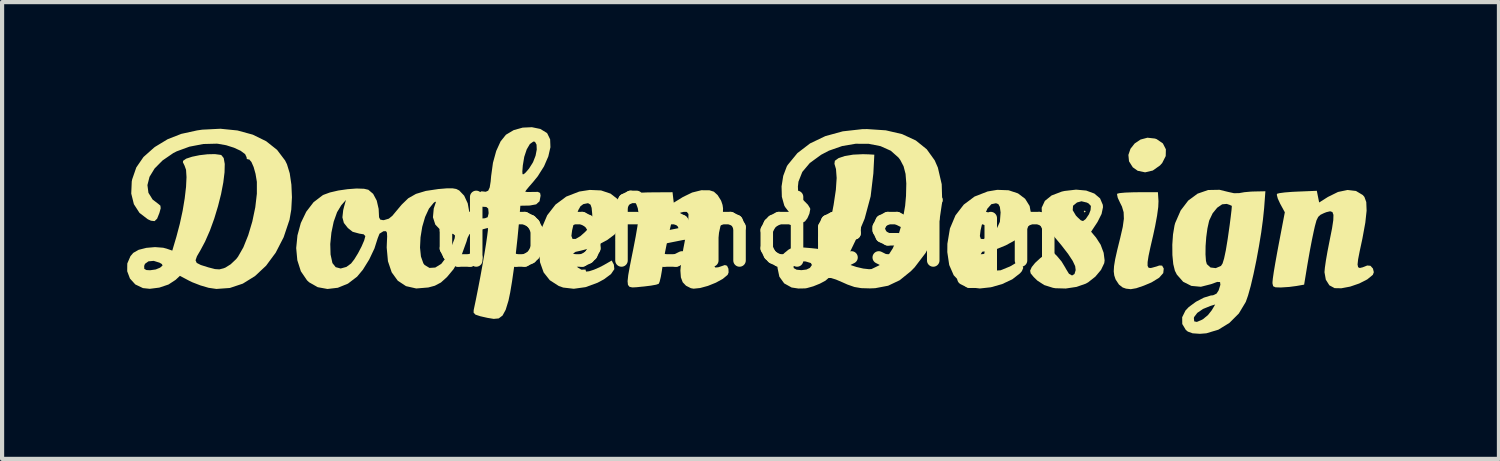
<source format=kicad_pcb>
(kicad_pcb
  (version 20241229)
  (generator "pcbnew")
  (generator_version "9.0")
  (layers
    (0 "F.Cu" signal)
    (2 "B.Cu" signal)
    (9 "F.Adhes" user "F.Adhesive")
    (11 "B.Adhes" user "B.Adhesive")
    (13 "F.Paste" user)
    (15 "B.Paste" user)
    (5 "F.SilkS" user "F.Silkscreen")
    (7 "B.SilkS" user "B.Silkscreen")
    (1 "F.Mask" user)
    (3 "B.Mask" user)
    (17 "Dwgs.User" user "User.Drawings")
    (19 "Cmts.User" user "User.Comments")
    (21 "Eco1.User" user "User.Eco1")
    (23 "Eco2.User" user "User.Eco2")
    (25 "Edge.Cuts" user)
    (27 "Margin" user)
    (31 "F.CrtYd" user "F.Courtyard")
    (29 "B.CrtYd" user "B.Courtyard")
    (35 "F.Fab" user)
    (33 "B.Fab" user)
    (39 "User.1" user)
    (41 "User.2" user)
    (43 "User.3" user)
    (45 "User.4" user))
  (footprint "doofendesign"
    (layer "F.Cu")
    (at 14.9 2.506)
    (property "Reference" "doofendesign" (at 0 0 0) (layer "F.SilkS") (effects (font (size 1.524 1.524) (thickness 0.3))))
    (attr board_only exclude_from_pos_files exclude_from_bom)
    (fp_poly (pts (xy -3.14 0.208) (xy -3.163 0.231) (xy -3.187 0.208) (xy -3.163 0.185)) (stroke (width 0) (type solid)) (fill yes) (layer "F.SilkS"))
    (fp_poly (pts (xy 8.082 -0.485) (xy 8.059 -0.462) (xy 8.036 -0.485) (xy 8.059 -0.508)) (stroke (width 0) (type solid)) (fill yes) (layer "F.SilkS"))
    (fp_poly (pts (xy 9.743 -2.234) (xy 9.785 -2.219) (xy 9.933 -2.117) (xy 10.005 -1.976) (xy 10.001 -1.814) (xy 9.917 -1.648) (xy 9.864 -1.589) (xy 9.691 -1.467) (xy 9.507 -1.424) (xy 9.329 -1.461) (xy 9.211 -1.545) (xy 9.121 -1.688) (xy 9.106 -1.841) (xy 9.156 -1.988) (xy 9.257 -2.116) (xy 9.397 -2.21) (xy 9.563 -2.254)) (stroke (width 0) (type solid)) (fill yes) (layer "F.SilkS"))
    (fp_poly (pts (xy 9.828 -0.732) (xy 9.822 -0.592) (xy 9.794 -0.386) (xy 9.748 -0.136) (xy 9.701 0.082) (xy 9.634 0.372) (xy 9.589 0.583) (xy 9.567 0.727) (xy 9.566 0.816) (xy 9.586 0.86) (xy 9.626 0.871) (xy 9.664 0.866) (xy 9.783 0.833) (xy 9.844 0.811) (xy 9.914 0.812) (xy 9.954 0.883) (xy 9.942 0.992) (xy 9.843 1.104) (xy 9.659 1.216) (xy 9.477 1.293) (xy 9.295 1.355) (xy 9.163 1.378) (xy 9.05 1.365) (xy 8.969 1.337) (xy 8.88 1.267) (xy 8.804 1.152) (xy 8.796 1.135) (xy 8.767 1.048) (xy 8.755 0.95) (xy 8.762 0.826) (xy 8.789 0.661) (xy 8.839 0.438) (xy 8.911 0.146) (xy 8.971 -0.115) (xy 8.998 -0.311) (xy 8.992 -0.467) (xy 8.952 -0.603) (xy 8.905 -0.697) (xy 8.851 -0.813) (xy 8.834 -0.894) (xy 8.839 -0.912) (xy 8.898 -0.926) (xy 9.027 -0.938) (xy 9.206 -0.945) (xy 9.344 -0.947) (xy 9.814 -0.947)) (stroke (width 0) (type solid)) (fill yes) (layer "F.SilkS"))
    (fp_poly (pts (xy 6.234 -0.994) (xy 6.459 -0.919) (xy 6.63 -0.79) (xy 6.738 -0.617) (xy 6.775 -0.412) (xy 6.733 -0.187) (xy 6.665 -0.044) (xy 6.553 0.082) (xy 6.378 0.211) (xy 6.168 0.326) (xy 5.952 0.414) (xy 5.758 0.459) (xy 5.706 0.462) (xy 5.6 0.481) (xy 5.563 0.545) (xy 5.588 0.666) (xy 5.607 0.714) (xy 5.71 0.866) (xy 5.855 0.936) (xy 6.041 0.925) (xy 6.267 0.833) (xy 6.349 0.786) (xy 6.506 0.689) (xy 6.559 0.787) (xy 6.585 0.869) (xy 6.552 0.946) (xy 6.507 0.998) (xy 6.321 1.142) (xy 6.078 1.256) (xy 5.809 1.332) (xy 5.544 1.361) (xy 5.314 1.334) (xy 5.311 1.333) (xy 5.085 1.223) (xy 4.917 1.043) (xy 4.81 0.798) (xy 4.764 0.489) (xy 4.766 0.289) (xy 4.797 0.103) (xy 5.545 0.103) (xy 5.567 0.171) (xy 5.63 0.177) (xy 5.739 0.127) (xy 5.774 0.107) (xy 5.934 -0.038) (xy 6.025 -0.237) (xy 6.042 -0.462) (xy 6.024 -0.596) (xy 5.988 -0.662) (xy 5.932 -0.683) (xy 5.82 -0.66) (xy 5.725 -0.553) (xy 5.643 -0.36) (xy 5.613 -0.254) (xy 5.562 -0.036) (xy 5.545 0.103) (xy 4.797 0.103) (xy 4.827 -0.077) (xy 4.96 -0.392) (xy 5.159 -0.65) (xy 5.417 -0.843) (xy 5.73 -0.965) (xy 5.962 -1.004)) (stroke (width 0) (type solid)) (fill yes) (layer "F.SilkS"))
    (fp_poly (pts (xy -3.538 -0.99) (xy -3.312 -0.914) (xy -3.143 -0.784) (xy -3.04 -0.61) (xy -3.012 -0.399) (xy -3.041 -0.235) (xy -3.109 -0.082) (xy -3.204 0.055) (xy -3.223 0.074) (xy -3.386 0.196) (xy -3.603 0.312) (xy -3.838 0.406) (xy -4.026 0.455) (xy -4.15 0.483) (xy -4.206 0.521) (xy -4.214 0.587) (xy -4.213 0.601) (xy -4.172 0.747) (xy -4.098 0.858) (xy -4.008 0.911) (xy -3.968 0.909) (xy -3.908 0.908) (xy -3.906 0.93) (xy -3.896 0.956) (xy -3.824 0.948) (xy -3.709 0.911) (xy -3.573 0.852) (xy -3.477 0.802) (xy -3.283 0.691) (xy -3.231 0.789) (xy -3.22 0.898) (xy -3.3 1.016) (xy -3.468 1.141) (xy -3.623 1.224) (xy -3.91 1.329) (xy -4.192 1.368) (xy -4.446 1.339) (xy -4.553 1.301) (xy -4.767 1.163) (xy -4.915 0.976) (xy -5.001 0.734) (xy -5.028 0.427) (xy -5.024 0.283) (xy -4.993 0.102) (xy -4.249 0.102) (xy -4.222 0.173) (xy -4.147 0.173) (xy -4.033 0.106) (xy -3.918 0.003) (xy -3.813 -0.109) (xy -3.761 -0.198) (xy -3.746 -0.304) (xy -3.75 -0.424) (xy -3.764 -0.571) (xy -3.79 -0.648) (xy -3.839 -0.679) (xy -3.859 -0.683) (xy -3.962 -0.662) (xy -4.03 -0.613) (xy -4.081 -0.523) (xy -4.138 -0.376) (xy -4.192 -0.201) (xy -4.232 -0.033) (xy -4.249 0.097) (xy -4.249 0.102) (xy -4.993 0.102) (xy -4.963 -0.081) (xy -4.829 -0.395) (xy -4.631 -0.65) (xy -4.373 -0.842) (xy -4.061 -0.963) (xy -3.811 -1.002)) (stroke (width 0) (type solid)) (fill yes) (layer "F.SilkS"))
    (fp_poly (pts (xy 8.094 -0.987) (xy 8.29 -0.915) (xy 8.427 -0.799) (xy 8.493 -0.644) (xy 8.497 -0.587) (xy 8.463 -0.426) (xy 8.369 -0.239) (xy 8.355 -0.216) (xy 8.212 -0.000328) (xy 8.33 0.14) (xy 8.441 0.312) (xy 8.513 0.506) (xy 8.536 0.687) (xy 8.527 0.754) (xy 8.45 0.915) (xy 8.313 1.078) (xy 8.142 1.213) (xy 8.083 1.246) (xy 7.863 1.323) (xy 7.604 1.362) (xy 7.355 1.355) (xy 7.297 1.345) (xy 7.088 1.279) (xy 6.922 1.171) (xy 6.836 1.087) (xy 6.763 0.999) (xy 6.75 0.934) (xy 6.788 0.849) (xy 6.79 0.846) (xy 6.868 0.749) (xy 6.989 0.637) (xy 7.055 0.586) (xy 7.251 0.445) (xy 7.39 0.578) (xy 7.504 0.714) (xy 7.599 0.871) (xy 7.607 0.888) (xy 7.681 1.008) (xy 7.755 1.05) (xy 7.814 1.013) (xy 7.842 0.92) (xy 7.83 0.826) (xy 7.771 0.7) (xy 7.662 0.534) (xy 7.495 0.318) (xy 7.31 0.097) (xy 7.13 -0.154) (xy 7.035 -0.379) (xy 7.029 -0.516) (xy 7.771 -0.516) (xy 7.848 -0.387) (xy 7.882 -0.351) (xy 7.966 -0.273) (xy 8.018 -0.256) (xy 8.071 -0.294) (xy 8.087 -0.31) (xy 8.161 -0.419) (xy 8.199 -0.518) (xy 8.207 -0.618) (xy 8.152 -0.677) (xy 8.11 -0.699) (xy 7.981 -0.73) (xy 7.874 -0.701) (xy 7.779 -0.623) (xy 7.771 -0.516) (xy 7.029 -0.516) (xy 7.027 -0.575) (xy 7.103 -0.739) (xy 7.264 -0.869) (xy 7.508 -0.962) (xy 7.574 -0.977) (xy 7.852 -1.009)) (stroke (width 0) (type solid)) (fill yes) (layer "F.SilkS"))
    (fp_poly (pts (xy 14.563 -0.977) (xy 14.724 -0.881) (xy 14.765 -0.835) (xy 14.81 -0.711) (xy 14.818 -0.505) (xy 14.787 -0.217) (xy 14.719 0.155) (xy 14.709 0.203) (xy 14.651 0.473) (xy 14.614 0.664) (xy 14.601 0.786) (xy 14.614 0.851) (xy 14.654 0.87) (xy 14.725 0.853) (xy 14.828 0.812) (xy 14.832 0.81) (xy 14.91 0.817) (xy 14.97 0.883) (xy 14.991 0.971) (xy 14.967 1.034) (xy 14.834 1.143) (xy 14.642 1.241) (xy 14.424 1.316) (xy 14.212 1.356) (xy 14.051 1.353) (xy 13.925 1.285) (xy 13.84 1.15) (xy 13.808 0.971) (xy 13.817 0.865) (xy 13.842 0.691) (xy 13.88 0.473) (xy 13.927 0.233) (xy 13.934 0.197) (xy 13.989 -0.079) (xy 14.019 -0.277) (xy 14.023 -0.404) (xy 13.998 -0.472) (xy 13.943 -0.49) (xy 13.854 -0.469) (xy 13.795 -0.446) (xy 13.712 -0.406) (xy 13.657 -0.355) (xy 13.616 -0.272) (xy 13.578 -0.133) (xy 13.552 -0.018) (xy 13.507 0.196) (xy 13.457 0.457) (xy 13.411 0.718) (xy 13.396 0.805) (xy 13.32 1.269) (xy 13.137 1.301) (xy 12.963 1.324) (xy 12.779 1.336) (xy 12.758 1.337) (xy 12.634 1.333) (xy 12.578 1.308) (xy 12.562 1.245) (xy 12.561 1.212) (xy 12.569 1.126) (xy 12.592 0.966) (xy 12.628 0.753) (xy 12.673 0.502) (xy 12.709 0.309) (xy 12.857 -0.466) (xy 12.746 -0.67) (xy 12.689 -0.793) (xy 12.665 -0.883) (xy 12.67 -0.909) (xy 12.728 -0.925) (xy 12.857 -0.942) (xy 13.035 -0.956) (xy 13.164 -0.962) (xy 13.624 -0.981) (xy 13.652 -0.841) (xy 13.68 -0.701) (xy 13.889 -0.833) (xy 14.132 -0.953) (xy 14.361 -1.001)) (stroke (width 0) (type solid)) (fill yes) (layer "F.SilkS"))
    (fp_poly (pts (xy -0.937 -0.993) (xy -0.833 -0.96) (xy -0.743 -0.878) (xy -0.664 -0.752) (xy -0.652 -0.723) (xy -0.625 -0.642) (xy -0.613 -0.561) (xy -0.616 -0.462) (xy -0.637 -0.323) (xy -0.677 -0.125) (xy -0.708 0.016) (xy -0.756 0.248) (xy -0.795 0.46) (xy -0.822 0.63) (xy -0.831 0.731) (xy -0.826 0.82) (xy -0.797 0.859) (xy -0.724 0.852) (xy -0.587 0.805) (xy -0.57 0.799) (xy -0.517 0.816) (xy -0.484 0.888) (xy -0.48 0.977) (xy -0.503 1.034) (xy -0.618 1.13) (xy -0.785 1.222) (xy -0.976 1.299) (xy -1.163 1.35) (xy -1.319 1.366) (xy -1.385 1.354) (xy -1.501 1.295) (xy -1.58 1.212) (xy -1.624 1.095) (xy -1.636 0.93) (xy -1.616 0.706) (xy -1.566 0.41) (xy -1.542 0.286) (xy -1.498 0.05) (xy -1.465 -0.158) (xy -1.445 -0.319) (xy -1.442 -0.414) (xy -1.444 -0.428) (xy -1.482 -0.475) (xy -1.558 -0.476) (xy -1.622 -0.46) (xy -1.735 -0.416) (xy -1.803 -0.366) (xy -1.805 -0.363) (xy -1.83 -0.293) (xy -1.866 -0.152) (xy -1.911 0.04) (xy -1.958 0.262) (xy -2.004 0.494) (xy -2.045 0.715) (xy -2.076 0.906) (xy -2.078 0.925) (xy -2.105 1.081) (xy -2.134 1.2) (xy -2.156 1.249) (xy -2.217 1.27) (xy -2.345 1.293) (xy -2.515 1.314) (xy -2.552 1.317) (xy -2.688 1.331) (xy -2.788 1.336) (xy -2.856 1.321) (xy -2.893 1.275) (xy -2.902 1.187) (xy -2.887 1.045) (xy -2.85 0.839) (xy -2.794 0.556) (xy -2.77 0.439) (xy -2.708 0.117) (xy -2.666 -0.129) (xy -2.644 -0.314) (xy -2.641 -0.453) (xy -2.657 -0.562) (xy -2.69 -0.653) (xy -2.73 -0.724) (xy -2.785 -0.83) (xy -2.802 -0.902) (xy -2.798 -0.912) (xy -2.742 -0.925) (xy -2.615 -0.935) (xy -2.437 -0.942) (xy -2.296 -0.944) (xy -1.824 -0.947) (xy -1.81 -0.822) (xy -1.795 -0.697) (xy -1.574 -0.833) (xy -1.353 -0.94) (xy -1.132 -0.995)) (stroke (width 0) (type solid)) (fill yes) (layer "F.SilkS"))
    (fp_poly (pts (xy 11.499 -0.954) (xy 11.64 -0.923) (xy 11.767 -0.926) (xy 11.776 -0.928) (xy 11.889 -0.948) (xy 12.049 -0.962) (xy 12.141 -0.965) (xy 12.391 -0.97) (xy 12.361 -0.566) (xy 12.333 -0.295) (xy 12.291 0.018) (xy 12.236 0.352) (xy 12.174 0.69) (xy 12.107 1.012) (xy 12.04 1.298) (xy 11.975 1.53) (xy 11.921 1.683) (xy 11.754 1.961) (xy 11.529 2.186) (xy 11.264 2.349) (xy 10.974 2.436) (xy 10.821 2.448) (xy 10.646 2.436) (xy 10.532 2.395) (xy 10.483 2.355) (xy 10.398 2.213) (xy 10.396 2.069) (xy 10.676 2.069) (xy 10.685 2.15) (xy 10.748 2.163) (xy 10.87 2.111) (xy 10.897 2.095) (xy 11.014 1.999) (xy 11.106 1.882) (xy 11.187 1.745) (xy 11.078 1.778) (xy 10.896 1.852) (xy 10.758 1.946) (xy 10.683 2.045) (xy 10.676 2.069) (xy 10.396 2.069) (xy 10.395 2.052) (xy 10.474 1.891) (xy 10.554 1.806) (xy 10.727 1.679) (xy 10.915 1.581) (xy 11.083 1.529) (xy 11.137 1.524) (xy 11.221 1.483) (xy 11.27 1.406) (xy 11.312 1.272) (xy 11.304 1.207) (xy 11.235 1.204) (xy 11.095 1.255) (xy 11.09 1.257) (xy 10.844 1.32) (xy 10.616 1.299) (xy 10.419 1.2) (xy 10.268 1.028) (xy 10.221 0.935) (xy 10.182 0.776) (xy 10.161 0.558) (xy 10.161 0.545) (xy 10.955 0.545) (xy 10.966 0.7) (xy 10.987 0.777) (xy 11.076 0.858) (xy 11.201 0.873) (xy 11.326 0.82) (xy 11.364 0.762) (xy 11.401 0.641) (xy 11.442 0.448) (xy 11.487 0.175) (xy 11.501 0.077) (xy 11.535 -0.162) (xy 11.561 -0.367) (xy 11.579 -0.521) (xy 11.586 -0.608) (xy 11.584 -0.621) (xy 11.533 -0.644) (xy 11.464 -0.667) (xy 11.354 -0.657) (xy 11.236 -0.576) (xy 11.127 -0.443) (xy 11.047 -0.276) (xy 11.039 -0.25) (xy 11.001 -0.078) (xy 10.973 0.129) (xy 10.957 0.345) (xy 10.955 0.545) (xy 10.161 0.545) (xy 10.159 0.311) (xy 10.176 0.065) (xy 10.212 -0.149) (xy 10.228 -0.208) (xy 10.36 -0.51) (xy 10.541 -0.747) (xy 10.764 -0.912) (xy 11.017 -1) (xy 11.292 -1.005)) (stroke (width 0) (type solid)) (fill yes) (layer "F.SilkS"))
    (fp_poly (pts (xy 3.29 -2.431) (xy 3.681 -2.34) (xy 4.009 -2.188) (xy 4.271 -1.977) (xy 4.462 -1.711) (xy 4.538 -1.537) (xy 4.63 -1.139) (xy 4.642 -0.72) (xy 4.579 -0.294) (xy 4.445 0.121) (xy 4.244 0.509) (xy 3.981 0.854) (xy 3.89 0.947) (xy 3.623 1.163) (xy 3.345 1.295) (xy 3.035 1.354) (xy 2.909 1.359) (xy 2.7 1.353) (xy 2.536 1.325) (xy 2.368 1.266) (xy 2.252 1.214) (xy 2.095 1.147) (xy 1.976 1.11) (xy 1.916 1.11) (xy 1.914 1.112) (xy 1.841 1.175) (xy 1.709 1.245) (xy 1.551 1.309) (xy 1.398 1.352) (xy 1.355 1.359) (xy 1.193 1.362) (xy 1.04 1.339) (xy 1.03 1.337) (xy 0.853 1.239) (xy 0.737 1.078) (xy 0.693 0.868) (xy 0.693 0.853) (xy 0.696 0.811) (xy 1.071 0.811) (xy 1.083 0.873) (xy 1.151 0.911) (xy 1.267 0.922) (xy 1.387 0.907) (xy 1.469 0.868) (xy 1.518 0.798) (xy 1.492 0.751) (xy 1.381 0.717) (xy 1.358 0.712) (xy 1.226 0.71) (xy 1.123 0.748) (xy 1.071 0.811) (xy 0.696 0.811) (xy 0.704 0.719) (xy 0.751 0.62) (xy 0.854 0.514) (xy 0.861 0.508) (xy 0.959 0.428) (xy 1.042 0.386) (xy 1.144 0.372) (xy 1.299 0.378) (xy 1.335 0.38) (xy 1.501 0.394) (xy 1.634 0.408) (xy 1.702 0.42) (xy 1.753 0.389) (xy 1.812 0.274) (xy 1.876 0.083) (xy 1.943 -0.179) (xy 2.011 -0.503) (xy 2.038 -0.644) (xy 2.092 -1.005) (xy 2.111 -1.288) (xy 2.095 -1.503) (xy 2.058 -1.628) (xy 2.068 -1.701) (xy 2.155 -1.764) (xy 2.306 -1.815) (xy 2.506 -1.848) (xy 2.74 -1.859) (xy 2.881 -1.855) (xy 3.014 -1.847) (xy 2.991 -1.397) (xy 2.926 -0.848) (xy 2.782 -0.313) (xy 2.555 0.228) (xy 2.535 0.268) (xy 2.447 0.452) (xy 2.382 0.605) (xy 2.347 0.709) (xy 2.345 0.745) (xy 2.437 0.796) (xy 2.584 0.845) (xy 2.747 0.883) (xy 2.888 0.899) (xy 2.947 0.895) (xy 3.132 0.806) (xy 3.304 0.637) (xy 3.457 0.398) (xy 3.587 0.101) (xy 3.687 -0.243) (xy 3.753 -0.621) (xy 3.774 -0.858) (xy 3.781 -1.157) (xy 3.763 -1.387) (xy 3.716 -1.568) (xy 3.636 -1.721) (xy 3.595 -1.776) (xy 3.41 -1.941) (xy 3.165 -2.051) (xy 2.878 -2.108) (xy 2.565 -2.109) (xy 2.242 -2.054) (xy 1.925 -1.943) (xy 1.74 -1.846) (xy 1.468 -1.648) (xy 1.287 -1.433) (xy 1.195 -1.2) (xy 1.182 -1.083) (xy 1.188 -0.939) (xy 1.226 -0.844) (xy 1.314 -0.754) (xy 1.328 -0.742) (xy 1.422 -0.647) (xy 1.474 -0.562) (xy 1.478 -0.541) (xy 1.458 -0.434) (xy 1.41 -0.324) (xy 1.352 -0.247) (xy 1.319 -0.231) (xy 1.219 -0.265) (xy 1.094 -0.352) (xy 0.97 -0.469) (xy 0.875 -0.592) (xy 0.855 -0.628) (xy 0.797 -0.837) (xy 0.79 -1.086) (xy 0.83 -1.339) (xy 0.914 -1.562) (xy 0.936 -1.6) (xy 1.17 -1.885) (xy 1.473 -2.117) (xy 1.839 -2.292) (xy 2.258 -2.407) (xy 2.723 -2.459) (xy 2.84 -2.461)) (stroke (width 0) (type solid)) (fill yes) (layer "F.SilkS"))
    (fp_poly (pts (xy -12.257 -2.428) (xy -11.888 -2.327) (xy -11.568 -2.17) (xy -11.307 -1.963) (xy -11.114 -1.708) (xy -11.069 -1.617) (xy -11.003 -1.401) (xy -10.963 -1.127) (xy -10.95 -0.826) (xy -10.966 -0.531) (xy -11.008 -0.287) (xy -11.149 0.133) (xy -11.339 0.502) (xy -11.57 0.815) (xy -11.836 1.064) (xy -12.128 1.245) (xy -12.439 1.349) (xy -12.761 1.372) (xy -12.948 1.345) (xy -13.142 1.288) (xy -13.341 1.211) (xy -13.421 1.172) (xy -13.636 1.058) (xy -13.74 1.155) (xy -13.91 1.266) (xy -14.13 1.34) (xy -14.358 1.369) (xy -14.522 1.352) (xy -14.706 1.264) (xy -14.834 1.123) (xy -14.9 0.948) (xy -14.899 0.82) (xy -14.493 0.82) (xy -14.49 0.891) (xy -14.439 0.919) (xy -14.351 0.924) (xy -14.216 0.905) (xy -14.109 0.861) (xy -14.109 0.86) (xy -14.052 0.81) (xy -14.069 0.775) (xy -14.126 0.742) (xy -14.264 0.699) (xy -14.39 0.71) (xy -14.474 0.77) (xy -14.493 0.82) (xy -14.899 0.82) (xy -14.898 0.762) (xy -14.822 0.586) (xy -14.754 0.507) (xy -14.626 0.434) (xy -14.441 0.387) (xy -14.234 0.369) (xy -14.038 0.384) (xy -13.955 0.406) (xy -13.819 0.453) (xy -13.721 0.123) (xy -13.639 -0.187) (xy -13.571 -0.5) (xy -13.521 -0.801) (xy -13.489 -1.076) (xy -13.478 -1.309) (xy -13.489 -1.484) (xy -13.525 -1.585) (xy -13.526 -1.587) (xy -13.564 -1.664) (xy -13.56 -1.7) (xy -13.485 -1.752) (xy -13.344 -1.798) (xy -13.165 -1.835) (xy -12.974 -1.857) (xy -12.798 -1.861) (xy -12.663 -1.843) (xy -12.642 -1.836) (xy -12.586 -1.766) (xy -12.561 -1.625) (xy -12.566 -1.425) (xy -12.596 -1.18) (xy -12.649 -0.904) (xy -12.723 -0.611) (xy -12.813 -0.314) (xy -12.917 -0.027) (xy -13.033 0.237) (xy -13.143 0.443) (xy -13.228 0.589) (xy -13.261 0.685) (xy -13.233 0.748) (xy -13.135 0.798) (xy -12.957 0.854) (xy -12.946 0.857) (xy -12.795 0.896) (xy -12.69 0.903) (xy -12.591 0.878) (xy -12.545 0.86) (xy -12.419 0.781) (xy -12.29 0.659) (xy -12.244 0.601) (xy -12.115 0.375) (xy -11.998 0.084) (xy -11.9 -0.245) (xy -11.829 -0.585) (xy -11.791 -0.91) (xy -11.791 -1.192) (xy -11.793 -1.208) (xy -11.823 -1.389) (xy -11.868 -1.55) (xy -11.921 -1.671) (xy -11.975 -1.734) (xy -12.004 -1.734) (xy -12.034 -1.749) (xy -12.037 -1.786) (xy -12.073 -1.861) (xy -12.181 -1.941) (xy -12.339 -2.014) (xy -12.528 -2.074) (xy -12.727 -2.109) (xy -12.756 -2.111) (xy -13.075 -2.103) (xy -13.409 -2.039) (xy -13.714 -1.927) (xy -13.796 -1.885) (xy -14.052 -1.709) (xy -14.243 -1.516) (xy -14.365 -1.316) (xy -14.415 -1.118) (xy -14.391 -0.933) (xy -14.29 -0.771) (xy -14.155 -0.668) (xy -14.104 -0.625) (xy -14.097 -0.562) (xy -14.128 -0.449) (xy -14.183 -0.312) (xy -14.244 -0.254) (xy -14.33 -0.264) (xy -14.405 -0.298) (xy -14.605 -0.451) (xy -14.74 -0.66) (xy -14.803 -0.915) (xy -14.791 -1.203) (xy -14.781 -1.255) (xy -14.682 -1.541) (xy -14.51 -1.791) (xy -14.256 -2.017) (xy -14.232 -2.035) (xy -13.93 -2.218) (xy -13.603 -2.346) (xy -13.225 -2.429) (xy -13.101 -2.447) (xy -12.665 -2.469)) (stroke (width 0) (type solid)) (fill yes) (layer "F.SilkS"))
    (fp_poly (pts (xy -4.994 -2.464) (xy -4.84 -2.37) (xy -4.827 -2.356) (xy -4.759 -2.215) (xy -4.752 -2.026) (xy -4.803 -1.805) (xy -4.906 -1.567) (xy -5.057 -1.328) (xy -5.166 -1.194) (xy -5.266 -1.079) (xy -5.335 -0.995) (xy -5.357 -0.961) (xy -5.316 -0.953) (xy -5.214 -0.953) (xy -5.172 -0.954) (xy -5.053 -0.955) (xy -5 -0.93) (xy -4.988 -0.867) (xy -4.988 -0.863) (xy -5.013 -0.73) (xy -5.094 -0.656) (xy -5.246 -0.628) (xy -5.272 -0.627) (xy -5.473 -0.623) (xy -5.507 -0.208) (xy -5.541 0.149) (xy -5.581 0.515) (xy -5.626 0.868) (xy -5.672 1.189) (xy -5.717 1.458) (xy -5.758 1.654) (xy -5.825 1.872) (xy -5.9 2.01) (xy -5.992 2.079) (xy -6.111 2.09) (xy -6.119 2.089) (xy -6.26 2.066) (xy -6.419 2.03) (xy -6.436 2.026) (xy -6.55 1.988) (xy -6.594 1.941) (xy -6.592 1.879) (xy -6.539 1.626) (xy -6.484 1.349) (xy -6.429 1.062) (xy -6.378 0.779) (xy -6.332 0.514) (xy -6.294 0.28) (xy -6.267 0.092) (xy -6.251 -0.036) (xy -6.251 -0.09) (xy -6.253 -0.09) (xy -6.296 -0.079) (xy -6.401 -0.051) (xy -6.484 -0.029) (xy -6.621 0.013) (xy -6.696 0.063) (xy -6.739 0.149) (xy -6.764 0.235) (xy -6.889 0.579) (xy -7.075 0.898) (xy -7.233 1.088) (xy -7.378 1.218) (xy -7.524 1.295) (xy -7.68 1.337) (xy -7.969 1.361) (xy -8.215 1.305) (xy -8.413 1.174) (xy -8.558 0.974) (xy -8.648 0.708) (xy -8.678 0.38) (xy -7.879 0.38) (xy -7.857 0.595) (xy -7.799 0.758) (xy -7.77 0.797) (xy -7.652 0.868) (xy -7.513 0.859) (xy -7.373 0.773) (xy -7.363 0.763) (xy -7.257 0.622) (xy -7.15 0.419) (xy -7.058 0.185) (xy -7.048 0.156) (xy -7.04 0.091) (xy -7.082 0.055) (xy -7.195 0.03) (xy -7.2 0.029) (xy -7.387 -0.04) (xy -7.512 -0.17) (xy -7.569 -0.346) (xy -7.55 -0.555) (xy -7.526 -0.627) (xy -7.498 -0.71) (xy -7.513 -0.721) (xy -7.553 -0.691) (xy -7.665 -0.553) (xy -7.757 -0.354) (xy -7.826 -0.117) (xy -7.867 0.135) (xy -7.879 0.38) (xy -8.678 0.38) (xy -8.678 0.38) (xy -8.674 0.275) (xy -8.667 0.113) (xy -8.672 0.024) (xy -8.694 -0.012) (xy -8.741 -0.013) (xy -8.759 -0.01) (xy -8.85 0.047) (xy -8.893 0.155) (xy -8.972 0.402) (xy -9.097 0.666) (xy -9.249 0.911) (xy -9.388 1.078) (xy -9.607 1.245) (xy -9.85 1.344) (xy -10.098 1.373) (xy -10.332 1.33) (xy -10.536 1.214) (xy -10.588 1.166) (xy -10.736 0.949) (xy -10.821 0.684) (xy -10.848 0.391) (xy -10.838 0.294) (xy -10.031 0.294) (xy -10.024 0.545) (xy -9.98 0.749) (xy -9.98 0.751) (xy -9.901 0.85) (xy -9.782 0.882) (xy -9.644 0.844) (xy -9.532 0.762) (xy -9.454 0.661) (xy -9.365 0.516) (xy -9.281 0.355) (xy -9.218 0.21) (xy -9.191 0.108) (xy -9.191 0.104) (xy -9.231 0.062) (xy -9.332 0.046) (xy -9.494 0.002) (xy -9.609 -0.089) (xy -9.705 -0.211) (xy -9.74 -0.344) (xy -9.721 -0.516) (xy -9.7 -0.601) (xy -9.655 -0.762) (xy -9.768 -0.633) (xy -9.868 -0.468) (xy -9.949 -0.24) (xy -10.004 0.023) (xy -10.031 0.294) (xy -10.838 0.294) (xy -10.818 0.088) (xy -10.737 -0.209) (xy -10.607 -0.479) (xy -10.432 -0.707) (xy -10.215 -0.873) (xy -10.195 -0.884) (xy -10.04 -0.941) (xy -9.838 -0.988) (xy -9.615 -1.02) (xy -9.401 -1.036) (xy -9.222 -1.03) (xy -9.118 -1.006) (xy -9.003 -0.908) (xy -8.917 -0.747) (xy -8.871 -0.547) (xy -8.867 -0.466) (xy -8.861 -0.346) (xy -8.833 -0.291) (xy -8.766 -0.277) (xy -8.748 -0.277) (xy -8.627 -0.313) (xy -8.543 -0.381) (xy -8.459 -0.482) (xy -8.352 -0.61) (xy -8.315 -0.653) (xy -8.161 -0.802) (xy -7.976 -0.907) (xy -7.741 -0.978) (xy -7.441 -1.023) (xy -7.238 -1.04) (xy -7.102 -1.041) (xy -7.01 -1.025) (xy -6.939 -0.989) (xy -6.82 -0.864) (xy -6.735 -0.68) (xy -6.697 -0.469) (xy -6.696 -0.434) (xy -6.691 -0.324) (xy -6.661 -0.283) (xy -6.58 -0.289) (xy -6.552 -0.294) (xy -6.421 -0.315) (xy -6.321 -0.323) (xy -6.257 -0.348) (xy -6.235 -0.436) (xy -6.235 -0.462) (xy -6.244 -0.555) (xy -6.289 -0.593) (xy -6.396 -0.6) (xy -6.506 -0.609) (xy -6.551 -0.649) (xy -6.558 -0.707) (xy -6.535 -0.819) (xy -6.48 -0.917) (xy -6.414 -0.967) (xy -6.394 -0.968) (xy -6.303 -0.958) (xy -6.244 -0.984) (xy -6.208 -1.062) (xy -6.185 -1.206) (xy -6.174 -1.332) (xy -6.159 -1.441) (xy -5.426 -1.441) (xy -5.421 -1.379) (xy -5.395 -1.378) (xy -5.346 -1.419) (xy -5.265 -1.514) (xy -5.182 -1.645) (xy -5.167 -1.672) (xy -5.108 -1.824) (xy -5.08 -1.97) (xy -5.085 -2.088) (xy -5.122 -2.156) (xy -5.161 -2.162) (xy -5.244 -2.104) (xy -5.32 -1.975) (xy -5.38 -1.795) (xy -5.415 -1.585) (xy -5.415 -1.581) (xy -5.426 -1.441) (xy -6.159 -1.441) (xy -6.13 -1.652) (xy -6.052 -1.936) (xy -5.947 -2.166) (xy -5.821 -2.323) (xy -5.818 -2.326) (xy -5.633 -2.436) (xy -5.417 -2.496) (xy -5.196 -2.506)) (stroke (width 0) (type solid)) (fill yes) (layer "F.SilkS")))
  (gr_rect
    (start -3 -3)
    (end 32.891 7.953)
    (stroke (width 0.1) (type default))
    (fill no)
    (layer "Edge.Cuts")))
</source>
